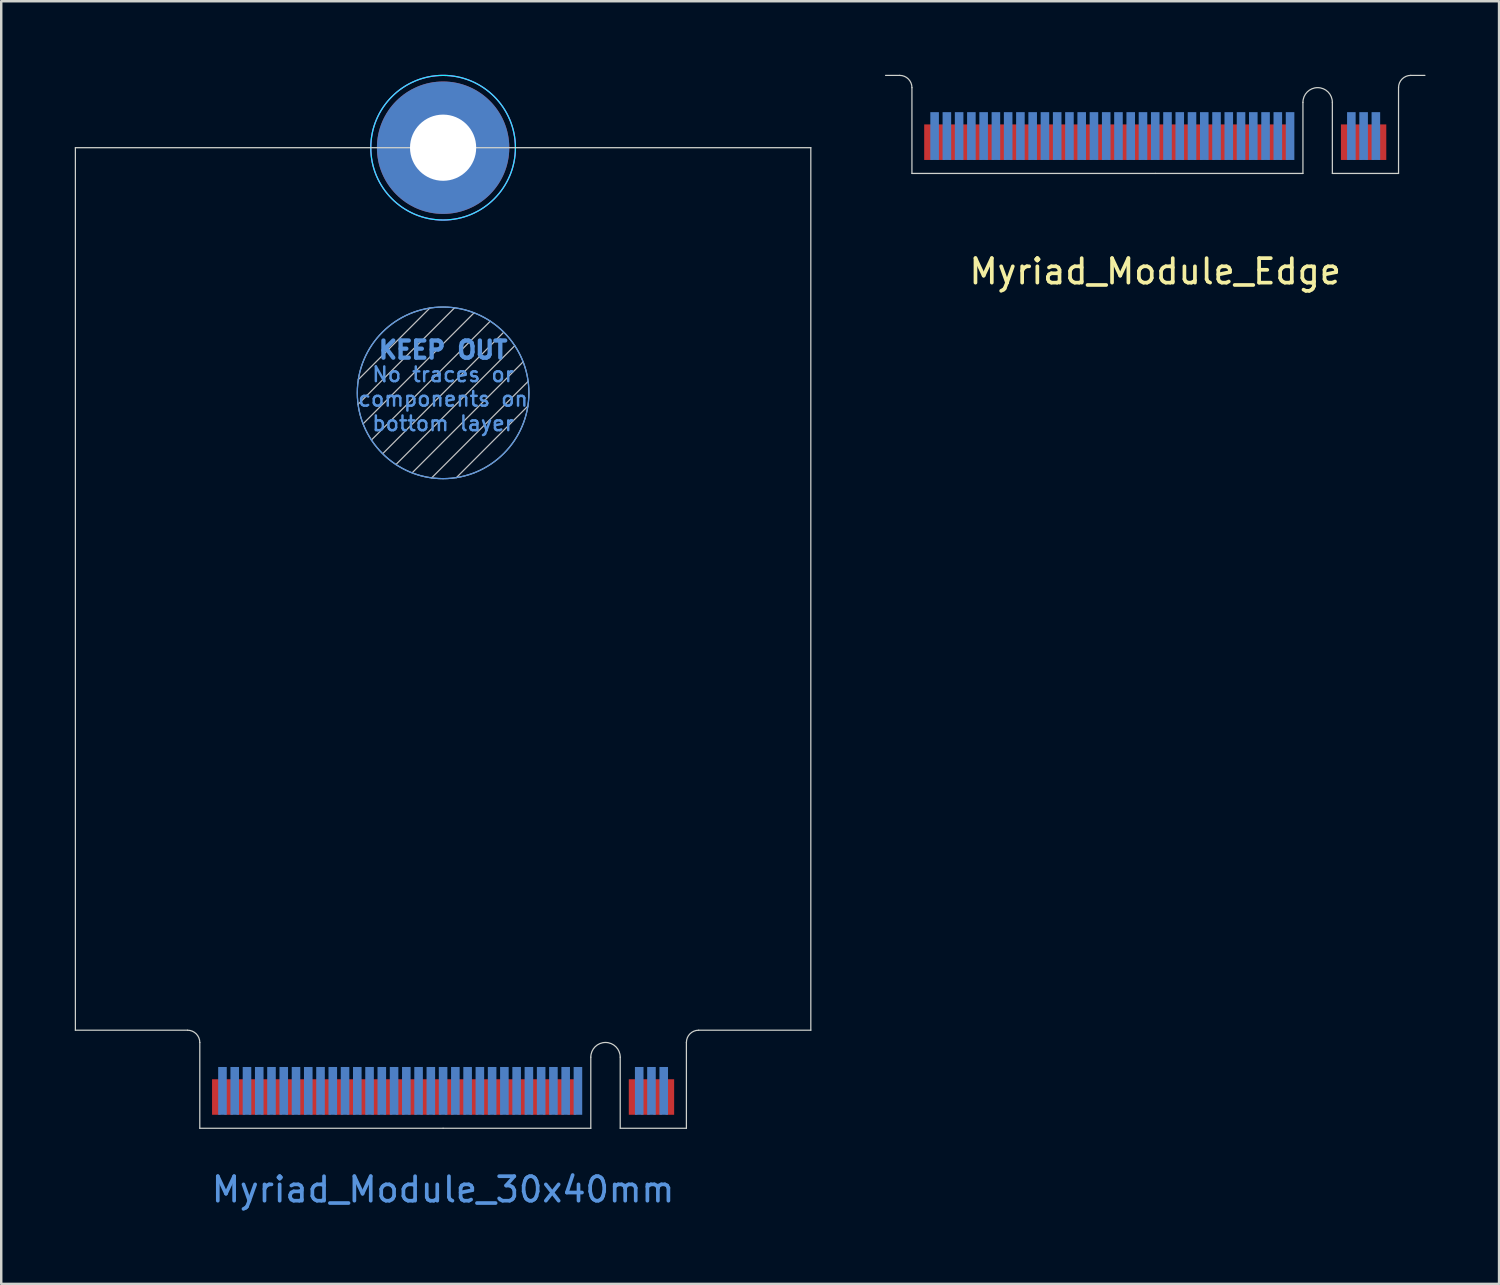
<source format=kicad_pcb>
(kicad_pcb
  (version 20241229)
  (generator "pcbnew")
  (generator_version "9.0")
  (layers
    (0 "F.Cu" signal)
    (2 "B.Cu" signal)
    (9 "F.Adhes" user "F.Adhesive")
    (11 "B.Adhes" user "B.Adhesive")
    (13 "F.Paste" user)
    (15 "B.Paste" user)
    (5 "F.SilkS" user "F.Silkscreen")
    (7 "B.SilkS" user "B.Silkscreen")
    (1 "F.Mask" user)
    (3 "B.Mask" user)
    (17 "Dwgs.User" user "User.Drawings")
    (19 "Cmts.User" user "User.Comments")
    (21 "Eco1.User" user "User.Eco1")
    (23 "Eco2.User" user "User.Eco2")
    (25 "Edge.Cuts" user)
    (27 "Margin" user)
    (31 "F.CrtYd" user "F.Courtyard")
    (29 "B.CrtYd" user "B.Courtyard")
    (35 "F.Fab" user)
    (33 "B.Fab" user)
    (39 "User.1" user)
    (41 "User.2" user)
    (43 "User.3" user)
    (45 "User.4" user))
  (footprint "Myriad_Module_30x40mm"
    (layer "F.Cu")
    (at 15.025 42.975)
    (property "Reference" "Myriad_Module_30x40mm" (at 0 2.5 0) (layer "Cmts.User") (effects (font (size 1 1) (thickness 0.15))))
    (attr exclude_from_pos_files exclude_from_bom)
    (fp_poly (pts (xy -9.925 0) (xy 6.025 0) (xy 6.025 -2) (xy -9.925 -2)) (stroke (width 0.1) (type solid)) (fill yes) (layer "F.Mask"))
    (fp_poly (pts (xy 7.225 0) (xy 9.925 0) (xy 9.925 -2) (xy 7.225 -2)) (stroke (width 0.1) (type solid)) (fill yes) (layer "F.Mask"))
    (fp_poly (pts (xy -9.925 0) (xy 6.025 0) (xy 6.025 -2.5) (xy -9.925 -2.5)) (stroke (width 0.1) (type solid)) (fill yes) (layer "B.Mask"))
    (fp_poly (pts (xy 7.225 0) (xy 9.925 0) (xy 9.925 -2.5) (xy 7.225 -2.5)) (stroke (width 0.1) (type solid)) (fill yes) (layer "B.Mask"))
    (fp_line (start -3.469 -29.531) (end 0.469 -33.469) (stroke (width 0.05) (type solid)) (layer "Dwgs.User"))
    (fp_line (start -3.458 -30.542) (end -0.542 -33.458) (stroke (width 0.05) (type solid)) (layer "Dwgs.User"))
    (fp_line (start -3.264 -28.736) (end 1.264 -33.264) (stroke (width 0.05) (type solid)) (layer "Dwgs.User"))
    (fp_line (start -2.924 -28.076) (end 1.924 -32.924) (stroke (width 0.05) (type solid)) (layer "Dwgs.User"))
    (fp_line (start -1.924 -27.076) (end 2.924 -31.924) (stroke (width 0.05) (type solid)) (layer "Dwgs.User"))
    (fp_line (start -1.264 -26.736) (end 3.264 -31.264) (stroke (width 0.05) (type solid)) (layer "Dwgs.User"))
    (fp_line (start -0.469 -26.531) (end 3.469 -30.469) (stroke (width 0.05) (type solid)) (layer "Dwgs.User"))
    (fp_line (start 0.542 -26.542) (end 3.458 -29.458) (stroke (width 0.05) (type solid)) (layer "Dwgs.User"))
    (fp_line (start 2.457 -32.457) (end -2.457 -27.525) (stroke (width 0.05) (type solid)) (layer "Dwgs.User"))
    (fp_circle (center 0 -30) (end 3.5 -30) (stroke (width 0.05) (type solid)) (fill no) (layer "Dwgs.User"))
    (fp_circle (center 0 -30) (end 3.5 -30) (stroke (width 0.05) (type solid)) (fill no) (layer "Cmts.User"))
    (fp_line (start -15 -40) (end 15 -40) (stroke (width 0.05) (type solid)) (layer "Edge.Cuts"))
    (fp_line (start -15 -4) (end -15 -40) (stroke (width 0.05) (type solid)) (layer "Edge.Cuts"))
    (fp_line (start -15 -4) (end -10.425 -4) (stroke (width 0.05) (type solid)) (layer "Edge.Cuts"))
    (fp_line (start -9.925 -3.5) (end -9.925 0) (stroke (width 0.05) (type solid)) (layer "Edge.Cuts"))
    (fp_line (start -9.925 0) (end 0 0) (stroke (width 0.05) (type solid)) (layer "Edge.Cuts"))
    (fp_line (start 0 0) (end 6.025 0) (stroke (width 0.05) (type solid)) (layer "Edge.Cuts"))
    (fp_line (start 6.025 0) (end 6.025 -2.9) (stroke (width 0.05) (type solid)) (layer "Edge.Cuts"))
    (fp_line (start 7.225 -2.9) (end 7.225 0) (stroke (width 0.05) (type solid)) (layer "Edge.Cuts"))
    (fp_line (start 7.225 0) (end 9.925 0) (stroke (width 0.05) (type solid)) (layer "Edge.Cuts"))
    (fp_line (start 9.925 0) (end 9.925 -3.5) (stroke (width 0.05) (type solid)) (layer "Edge.Cuts"))
    (fp_line (start 10.425 -4) (end 15 -4) (stroke (width 0.05) (type solid)) (layer "Edge.Cuts"))
    (fp_line (start 15 -4) (end 15 -40) (stroke (width 0.05) (type solid)) (layer "Edge.Cuts"))
    (fp_arc (start -10.425 -4) (mid -10.071447 -3.853553) (end -9.925 -3.5) (stroke (width 0.05) (type solid)) (layer "Edge.Cuts"))
    (fp_arc (start 6.025 -2.9) (mid 6.625 -3.5) (end 7.225 -2.9) (stroke (width 0.05) (type solid)) (layer "Edge.Cuts"))
    (fp_arc (start 9.925 -3.5) (mid 10.071447 -3.853553) (end 10.425 -4) (stroke (width 0.05) (type solid)) (layer "Edge.Cuts"))
    (fp_circle (center 0 -40) (end 2.95 -40) (stroke (width 0.05) (type solid)) (fill no) (layer "B.CrtYd"))
    (fp_circle (center 0 -40) (end 2.95 -40) (stroke (width 0.05) (type solid)) (fill no) (layer "F.CrtYd"))
    (fp_text user "bottom layer" (at 0 -28.75 0) (unlocked yes) (layer "Cmts.User") (effects (font (size 0.6 0.6) (thickness 0.1))))
    (fp_text user "components on" (at 0 -29.75 0) (unlocked yes) (layer "Cmts.User") (effects (font (size 0.6 0.6) (thickness 0.1))))
    (fp_text user "KEEP OUT" (at 0 -31.75 0) (unlocked yes) (layer "Cmts.User") (effects (font (size 0.7 0.7) (thickness 0.175))))
    (fp_text user "No traces or" (at 0 -30.75 0) (unlocked yes) (layer "Cmts.User") (effects (font (size 0.6 0.6) (thickness 0.1))))
    (pad "1" smd rect (at 9.25 -1.275) (size 0.35 1.45) (layers "F.Cu"))
    (pad "2" thru_hole circle (at 0 -40) (size 5.4 5.4) (drill 2.7) (layers "*.Cu" "*.Mask"))
    (pad "2" smd rect (at 9 -1.525) (size 0.35 1.95) (layers "B.Cu"))
    (pad "3" smd rect (at 8.75 -1.275) (size 0.35 1.45) (layers "F.Cu"))
    (pad "4" smd rect (at 8.5 -1.525) (size 0.35 1.95) (layers "B.Cu"))
    (pad "5" smd rect (at 8.25 -1.275) (size 0.35 1.45) (layers "F.Cu"))
    (pad "6" smd rect (at 8 -1.525) (size 0.35 1.95) (layers "B.Cu"))
    (pad "7" smd rect (at 7.75 -1.275) (size 0.35 1.45) (layers "F.Cu"))
    (pad "16" smd rect (at 5.5 -1.525) (size 0.35 1.95) (layers "B.Cu"))
    (pad "17" smd rect (at 5.25 -1.275) (size 0.35 1.45) (layers "F.Cu"))
    (pad "18" smd rect (at 5 -1.525) (size 0.35 1.95) (layers "B.Cu"))
    (pad "19" smd rect (at 4.75 -1.275) (size 0.35 1.45) (layers "F.Cu"))
    (pad "20" smd rect (at 4.5 -1.525) (size 0.35 1.95) (layers "B.Cu"))
    (pad "21" smd rect (at 4.25 -1.275) (size 0.35 1.45) (layers "F.Cu"))
    (pad "22" smd rect (at 4 -1.525) (size 0.35 1.95) (layers "B.Cu"))
    (pad "23" smd rect (at 3.75 -1.275) (size 0.35 1.45) (layers "F.Cu"))
    (pad "24" smd rect (at 3.5 -1.525) (size 0.35 1.95) (layers "B.Cu"))
    (pad "25" smd rect (at 3.25 -1.275) (size 0.35 1.45) (layers "F.Cu"))
    (pad "26" smd rect (at 3 -1.525) (size 0.35 1.95) (layers "B.Cu"))
    (pad "27" smd rect (at 2.75 -1.275) (size 0.35 1.45) (layers "F.Cu"))
    (pad "28" smd rect (at 2.5 -1.525) (size 0.35 1.95) (layers "B.Cu"))
    (pad "29" smd rect (at 2.25 -1.275) (size 0.35 1.45) (layers "F.Cu"))
    (pad "30" smd rect (at 2 -1.525) (size 0.35 1.95) (layers "B.Cu"))
    (pad "31" smd rect (at 1.75 -1.275) (size 0.35 1.45) (layers "F.Cu"))
    (pad "32" smd rect (at 1.5 -1.525) (size 0.35 1.95) (layers "B.Cu"))
    (pad "33" smd rect (at 1.25 -1.275) (size 0.35 1.45) (layers "F.Cu"))
    (pad "34" smd rect (at 1 -1.525) (size 0.35 1.95) (layers "B.Cu"))
    (pad "35" smd rect (at 0.75 -1.275) (size 0.35 1.45) (layers "F.Cu"))
    (pad "36" smd rect (at 0.5 -1.525) (size 0.35 1.95) (layers "B.Cu"))
    (pad "37" smd rect (at 0.25 -1.275) (size 0.35 1.45) (layers "F.Cu"))
    (pad "38" smd rect (at 0 -1.525) (size 0.35 1.95) (layers "B.Cu"))
    (pad "39" smd rect (at -0.25 -1.275) (size 0.35 1.45) (layers "F.Cu"))
    (pad "40" smd rect (at -0.5 -1.525) (size 0.35 1.95) (layers "B.Cu"))
    (pad "41" smd rect (at -0.75 -1.275) (size 0.35 1.45) (layers "F.Cu"))
    (pad "42" smd rect (at -1 -1.525) (size 0.35 1.95) (layers "B.Cu"))
    (pad "43" smd rect (at -1.25 -1.275) (size 0.35 1.45) (layers "F.Cu"))
    (pad "44" smd rect (at -1.5 -1.525) (size 0.35 1.95) (layers "B.Cu"))
    (pad "45" smd rect (at -1.75 -1.275) (size 0.35 1.45) (layers "F.Cu"))
    (pad "46" smd rect (at -2 -1.525) (size 0.35 1.95) (layers "B.Cu"))
    (pad "47" smd rect (at -2.25 -1.275) (size 0.35 1.45) (layers "F.Cu"))
    (pad "48" smd rect (at -2.5 -1.525) (size 0.35 1.95) (layers "B.Cu"))
    (pad "49" smd rect (at -2.75 -1.275) (size 0.35 1.45) (layers "F.Cu"))
    (pad "50" smd rect (at -3 -1.525) (size 0.35 1.95) (layers "B.Cu"))
    (pad "51" smd rect (at -3.25 -1.275) (size 0.35 1.45) (layers "F.Cu"))
    (pad "52" smd rect (at -3.5 -1.525) (size 0.35 1.95) (layers "B.Cu"))
    (pad "53" smd rect (at -3.75 -1.275) (size 0.35 1.45) (layers "F.Cu"))
    (pad "54" smd rect (at -4 -1.525) (size 0.35 1.95) (layers "B.Cu"))
    (pad "55" smd rect (at -4.25 -1.275) (size 0.35 1.45) (layers "F.Cu"))
    (pad "56" smd rect (at -4.5 -1.525) (size 0.35 1.95) (layers "B.Cu"))
    (pad "57" smd rect (at -4.75 -1.275) (size 0.35 1.45) (layers "F.Cu"))
    (pad "58" smd rect (at -5 -1.525) (size 0.35 1.95) (layers "B.Cu"))
    (pad "59" smd rect (at -5.25 -1.275) (size 0.35 1.45) (layers "F.Cu"))
    (pad "60" smd rect (at -5.5 -1.525) (size 0.35 1.95) (layers "B.Cu"))
    (pad "61" smd rect (at -5.75 -1.275) (size 0.35 1.45) (layers "F.Cu"))
    (pad "62" smd rect (at -6 -1.525) (size 0.35 1.95) (layers "B.Cu"))
    (pad "63" smd rect (at -6.25 -1.275) (size 0.35 1.45) (layers "F.Cu"))
    (pad "64" smd rect (at -6.5 -1.525) (size 0.35 1.95) (layers "B.Cu"))
    (pad "65" smd rect (at -6.75 -1.275) (size 0.35 1.45) (layers "F.Cu"))
    (pad "66" smd rect (at -7 -1.525) (size 0.35 1.95) (layers "B.Cu"))
    (pad "67" smd rect (at -7.25 -1.275) (size 0.35 1.45) (layers "F.Cu"))
    (pad "68" smd rect (at -7.5 -1.525) (size 0.35 1.95) (layers "B.Cu"))
    (pad "69" smd rect (at -7.75 -1.275) (size 0.35 1.45) (layers "F.Cu"))
    (pad "70" smd rect (at -8 -1.525) (size 0.35 1.95) (layers "B.Cu"))
    (pad "71" smd rect (at -8.25 -1.275) (size 0.35 1.45) (layers "F.Cu"))
    (pad "72" smd rect (at -8.5 -1.525) (size 0.35 1.95) (layers "B.Cu"))
    (pad "73" smd rect (at -8.75 -1.275) (size 0.35 1.45) (layers "F.Cu"))
    (pad "74" smd rect (at -9 -1.525) (size 0.35 1.95) (layers "B.Cu"))
    (pad "75" smd rect (at -9.25 -1.275) (size 0.35 1.45) (layers "F.Cu")))
  (footprint "Myriad_Module_Edge"
    (layer "F.Cu")
    (at 44.075 4.025)
    (property "Reference" "Myriad_Module_Edge" (at 0 4 0) (layer "F.SilkS") (effects (font (size 1 1) (thickness 0.15))))
    (attr exclude_from_pos_files exclude_from_bom)
    (fp_poly (pts (xy -9.925 0) (xy 6.025 0) (xy 6.025 -2) (xy -9.925 -2)) (stroke (width 0.1) (type solid)) (fill yes) (layer "F.Mask"))
    (fp_poly (pts (xy 7.225 0) (xy 9.925 0) (xy 9.925 -2) (xy 7.225 -2)) (stroke (width 0.1) (type solid)) (fill yes) (layer "F.Mask"))
    (fp_poly (pts (xy -9.925 0) (xy 6.025 0) (xy 6.025 -2.5) (xy -9.925 -2.5)) (stroke (width 0.1) (type solid)) (fill yes) (layer "B.Mask"))
    (fp_poly (pts (xy 7.225 0) (xy 9.925 0) (xy 9.925 -2.5) (xy 7.225 -2.5)) (stroke (width 0.1) (type solid)) (fill yes) (layer "B.Mask"))
    (fp_line (start -11 -4) (end -10.425 -4) (stroke (width 0.05) (type solid)) (layer "Edge.Cuts"))
    (fp_line (start -9.925 -3.5) (end -9.925 0) (stroke (width 0.05) (type solid)) (layer "Edge.Cuts"))
    (fp_line (start -9.925 0) (end 0 0) (stroke (width 0.05) (type solid)) (layer "Edge.Cuts"))
    (fp_line (start 0 0) (end 6.025 0) (stroke (width 0.05) (type solid)) (layer "Edge.Cuts"))
    (fp_line (start 6.025 0) (end 6.025 -2.9) (stroke (width 0.05) (type solid)) (layer "Edge.Cuts"))
    (fp_line (start 7.225 -2.9) (end 7.225 0) (stroke (width 0.05) (type solid)) (layer "Edge.Cuts"))
    (fp_line (start 7.225 0) (end 9.925 0) (stroke (width 0.05) (type solid)) (layer "Edge.Cuts"))
    (fp_line (start 9.925 0) (end 9.925 -3.5) (stroke (width 0.05) (type solid)) (layer "Edge.Cuts"))
    (fp_line (start 10.425 -4) (end 11 -4) (stroke (width 0.05) (type solid)) (layer "Edge.Cuts"))
    (fp_arc (start -10.425 -4) (mid -10.071447 -3.853553) (end -9.925 -3.5) (stroke (width 0.05) (type solid)) (layer "Edge.Cuts"))
    (fp_arc (start 6.025 -2.9) (mid 6.625 -3.5) (end 7.225 -2.9) (stroke (width 0.05) (type solid)) (layer "Edge.Cuts"))
    (fp_arc (start 9.925 -3.5) (mid 10.071447 -3.853553) (end 10.425 -4) (stroke (width 0.05) (type solid)) (layer "Edge.Cuts"))
    (pad "1" smd rect (at 9.25 -1.275) (size 0.35 1.45) (layers "F.Cu"))
    (pad "2" smd rect (at 9 -1.525) (size 0.35 1.95) (layers "B.Cu"))
    (pad "3" smd rect (at 8.75 -1.275) (size 0.35 1.45) (layers "F.Cu"))
    (pad "4" smd rect (at 8.5 -1.525) (size 0.35 1.95) (layers "B.Cu"))
    (pad "5" smd rect (at 8.25 -1.275) (size 0.35 1.45) (layers "F.Cu"))
    (pad "6" smd rect (at 8 -1.525) (size 0.35 1.95) (layers "B.Cu"))
    (pad "7" smd rect (at 7.75 -1.275) (size 0.35 1.45) (layers "F.Cu"))
    (pad "16" smd rect (at 5.5 -1.525) (size 0.35 1.95) (layers "B.Cu"))
    (pad "17" smd rect (at 5.25 -1.275) (size 0.35 1.45) (layers "F.Cu"))
    (pad "18" smd rect (at 5 -1.525) (size 0.35 1.95) (layers "B.Cu"))
    (pad "19" smd rect (at 4.75 -1.275) (size 0.35 1.45) (layers "F.Cu"))
    (pad "20" smd rect (at 4.5 -1.525) (size 0.35 1.95) (layers "B.Cu"))
    (pad "21" smd rect (at 4.25 -1.275) (size 0.35 1.45) (layers "F.Cu"))
    (pad "22" smd rect (at 4 -1.525) (size 0.35 1.95) (layers "B.Cu"))
    (pad "23" smd rect (at 3.75 -1.275) (size 0.35 1.45) (layers "F.Cu"))
    (pad "24" smd rect (at 3.5 -1.525) (size 0.35 1.95) (layers "B.Cu"))
    (pad "25" smd rect (at 3.25 -1.275) (size 0.35 1.45) (layers "F.Cu"))
    (pad "26" smd rect (at 3 -1.525) (size 0.35 1.95) (layers "B.Cu"))
    (pad "27" smd rect (at 2.75 -1.275) (size 0.35 1.45) (layers "F.Cu"))
    (pad "28" smd rect (at 2.5 -1.525) (size 0.35 1.95) (layers "B.Cu"))
    (pad "29" smd rect (at 2.25 -1.275) (size 0.35 1.45) (layers "F.Cu"))
    (pad "30" smd rect (at 2 -1.525) (size 0.35 1.95) (layers "B.Cu"))
    (pad "31" smd rect (at 1.75 -1.275) (size 0.35 1.45) (layers "F.Cu"))
    (pad "32" smd rect (at 1.5 -1.525) (size 0.35 1.95) (layers "B.Cu"))
    (pad "33" smd rect (at 1.25 -1.275) (size 0.35 1.45) (layers "F.Cu"))
    (pad "34" smd rect (at 1 -1.525) (size 0.35 1.95) (layers "B.Cu"))
    (pad "35" smd rect (at 0.75 -1.275) (size 0.35 1.45) (layers "F.Cu"))
    (pad "36" smd rect (at 0.5 -1.525) (size 0.35 1.95) (layers "B.Cu"))
    (pad "37" smd rect (at 0.25 -1.275) (size 0.35 1.45) (layers "F.Cu"))
    (pad "38" smd rect (at 0 -1.525) (size 0.35 1.95) (layers "B.Cu"))
    (pad "39" smd rect (at -0.25 -1.275) (size 0.35 1.45) (layers "F.Cu"))
    (pad "40" smd rect (at -0.5 -1.525) (size 0.35 1.95) (layers "B.Cu"))
    (pad "41" smd rect (at -0.75 -1.275) (size 0.35 1.45) (layers "F.Cu"))
    (pad "42" smd rect (at -1 -1.525) (size 0.35 1.95) (layers "B.Cu"))
    (pad "43" smd rect (at -1.25 -1.275) (size 0.35 1.45) (layers "F.Cu"))
    (pad "44" smd rect (at -1.5 -1.525) (size 0.35 1.95) (layers "B.Cu"))
    (pad "45" smd rect (at -1.75 -1.275) (size 0.35 1.45) (layers "F.Cu"))
    (pad "46" smd rect (at -2 -1.525) (size 0.35 1.95) (layers "B.Cu"))
    (pad "47" smd rect (at -2.25 -1.275) (size 0.35 1.45) (layers "F.Cu"))
    (pad "48" smd rect (at -2.5 -1.525) (size 0.35 1.95) (layers "B.Cu"))
    (pad "49" smd rect (at -2.75 -1.275) (size 0.35 1.45) (layers "F.Cu"))
    (pad "50" smd rect (at -3 -1.525) (size 0.35 1.95) (layers "B.Cu"))
    (pad "51" smd rect (at -3.25 -1.275) (size 0.35 1.45) (layers "F.Cu"))
    (pad "52" smd rect (at -3.5 -1.525) (size 0.35 1.95) (layers "B.Cu"))
    (pad "53" smd rect (at -3.75 -1.275) (size 0.35 1.45) (layers "F.Cu"))
    (pad "54" smd rect (at -4 -1.525) (size 0.35 1.95) (layers "B.Cu"))
    (pad "55" smd rect (at -4.25 -1.275) (size 0.35 1.45) (layers "F.Cu"))
    (pad "56" smd rect (at -4.5 -1.525) (size 0.35 1.95) (layers "B.Cu"))
    (pad "57" smd rect (at -4.75 -1.275) (size 0.35 1.45) (layers "F.Cu"))
    (pad "58" smd rect (at -5 -1.525) (size 0.35 1.95) (layers "B.Cu"))
    (pad "59" smd rect (at -5.25 -1.275) (size 0.35 1.45) (layers "F.Cu"))
    (pad "60" smd rect (at -5.5 -1.525) (size 0.35 1.95) (layers "B.Cu"))
    (pad "61" smd rect (at -5.75 -1.275) (size 0.35 1.45) (layers "F.Cu"))
    (pad "62" smd rect (at -6 -1.525) (size 0.35 1.95) (layers "B.Cu"))
    (pad "63" smd rect (at -6.25 -1.275) (size 0.35 1.45) (layers "F.Cu"))
    (pad "64" smd rect (at -6.5 -1.525) (size 0.35 1.95) (layers "B.Cu"))
    (pad "65" smd rect (at -6.75 -1.275) (size 0.35 1.45) (layers "F.Cu"))
    (pad "66" smd rect (at -7 -1.525) (size 0.35 1.95) (layers "B.Cu"))
    (pad "67" smd rect (at -7.25 -1.275) (size 0.35 1.45) (layers "F.Cu"))
    (pad "68" smd rect (at -7.5 -1.525) (size 0.35 1.95) (layers "B.Cu"))
    (pad "69" smd rect (at -7.75 -1.275) (size 0.35 1.45) (layers "F.Cu"))
    (pad "70" smd rect (at -8 -1.525) (size 0.35 1.95) (layers "B.Cu"))
    (pad "71" smd rect (at -8.25 -1.275) (size 0.35 1.45) (layers "F.Cu"))
    (pad "72" smd rect (at -8.5 -1.525) (size 0.35 1.95) (layers "B.Cu"))
    (pad "73" smd rect (at -8.75 -1.275) (size 0.35 1.45) (layers "F.Cu"))
    (pad "74" smd rect (at -9 -1.525) (size 0.35 1.95) (layers "B.Cu"))
    (pad "75" smd rect (at -9.25 -1.275) (size 0.35 1.45) (layers "F.Cu")))
  (gr_rect
    (start -3 -3)
    (end 58.1 49.323)
    (stroke (width 0.1) (type default))
    (fill no)
    (layer "Edge.Cuts")))
</source>
